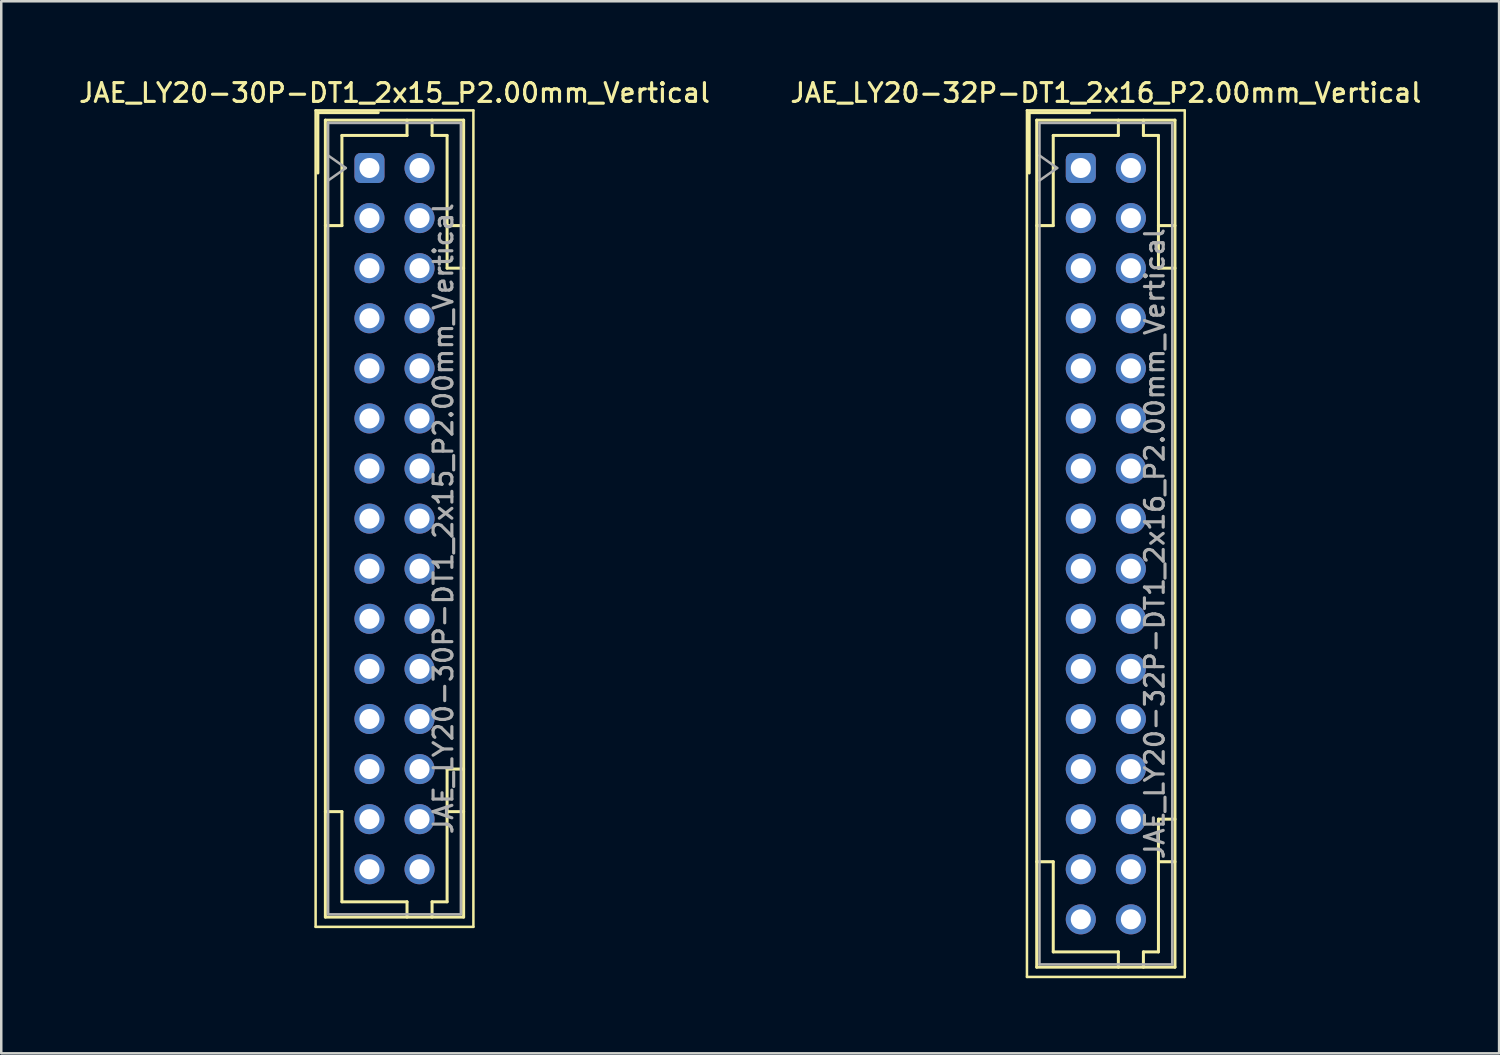
<source format=kicad_pcb>
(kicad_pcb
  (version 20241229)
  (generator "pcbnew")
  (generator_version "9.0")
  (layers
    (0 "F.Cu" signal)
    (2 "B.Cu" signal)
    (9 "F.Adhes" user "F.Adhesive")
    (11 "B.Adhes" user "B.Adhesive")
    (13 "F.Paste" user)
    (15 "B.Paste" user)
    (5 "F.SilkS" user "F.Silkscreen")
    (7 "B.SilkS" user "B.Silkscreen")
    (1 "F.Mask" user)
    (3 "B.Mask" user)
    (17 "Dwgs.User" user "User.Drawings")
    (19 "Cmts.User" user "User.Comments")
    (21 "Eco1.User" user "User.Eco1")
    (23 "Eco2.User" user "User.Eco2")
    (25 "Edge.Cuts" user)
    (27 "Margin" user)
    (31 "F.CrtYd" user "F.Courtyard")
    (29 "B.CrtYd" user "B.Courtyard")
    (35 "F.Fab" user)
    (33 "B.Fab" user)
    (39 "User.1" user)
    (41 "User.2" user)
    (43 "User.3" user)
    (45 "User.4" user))
  (footprint "JAE_LY20-30P-DT1_2x15_P2.00mm_Vertical"
    (layer "F.Cu")
    (at 11.702 3.658)
    (property "Reference" "JAE_LY20-30P-DT1_2x15_P2.00mm_Vertical" (at 1 -3 0) (layer "F.SilkS") (effects (font (size 0.75 0.75) (thickness 0.125))))
    (attr through_hole)
    (fp_line (start -2.15 -2.3) (end -2.15 30.3) (stroke (width 0.1) (type solid)) (layer "F.SilkS"))
    (fp_line (start -2.15 30.3) (end 4.15 30.3) (stroke (width 0.1) (type solid)) (layer "F.SilkS"))
    (fp_line (start -2.06 -2.21) (end -2.06 0.2) (stroke (width 0.12) (type solid)) (layer "F.SilkS"))
    (fp_line (start -1.76 -1.91) (end -1.76 29.91) (stroke (width 0.12) (type solid)) (layer "F.SilkS"))
    (fp_line (start -1.76 29.91) (end 3.76 29.91) (stroke (width 0.12) (type solid)) (layer "F.SilkS"))
    (fp_line (start -1.1 -1.3) (end -1.1 2.3) (stroke (width 0.12) (type solid)) (layer "F.SilkS"))
    (fp_line (start -1.1 2.3) (end -1.76 2.3) (stroke (width 0.12) (type solid)) (layer "F.SilkS"))
    (fp_line (start -1.1 25.7) (end -1.76 25.7) (stroke (width 0.12) (type solid)) (layer "F.SilkS"))
    (fp_line (start -1.1 29.3) (end -1.1 25.7) (stroke (width 0.12) (type solid)) (layer "F.SilkS"))
    (fp_line (start 0.35 -2.21) (end -2.06 -2.21) (stroke (width 0.12) (type solid)) (layer "F.SilkS"))
    (fp_line (start 1.5 -1.91) (end 1.5 -1.3) (stroke (width 0.12) (type solid)) (layer "F.SilkS"))
    (fp_line (start 1.5 -1.3) (end -1.1 -1.3) (stroke (width 0.12) (type solid)) (layer "F.SilkS"))
    (fp_line (start 1.5 29.3) (end -1.1 29.3) (stroke (width 0.12) (type solid)) (layer "F.SilkS"))
    (fp_line (start 1.5 29.91) (end 1.5 29.3) (stroke (width 0.12) (type solid)) (layer "F.SilkS"))
    (fp_line (start 2.5 -1.91) (end 2.5 -1.3) (stroke (width 0.12) (type solid)) (layer "F.SilkS"))
    (fp_line (start 2.5 -1.3) (end 3.1 -1.3) (stroke (width 0.12) (type solid)) (layer "F.SilkS"))
    (fp_line (start 2.5 29.3) (end 3.1 29.3) (stroke (width 0.12) (type solid)) (layer "F.SilkS"))
    (fp_line (start 2.5 29.91) (end 2.5 29.3) (stroke (width 0.12) (type solid)) (layer "F.SilkS"))
    (fp_line (start 3.1 -1.3) (end 3.1 4) (stroke (width 0.12) (type solid)) (layer "F.SilkS"))
    (fp_line (start 3.1 4) (end 3.76 4) (stroke (width 0.12) (type solid)) (layer "F.SilkS"))
    (fp_line (start 3.1 24) (end 3.76 24) (stroke (width 0.12) (type solid)) (layer "F.SilkS"))
    (fp_line (start 3.1 29.3) (end 3.1 24) (stroke (width 0.12) (type solid)) (layer "F.SilkS"))
    (fp_line (start 3.76 -1.91) (end -1.76 -1.91) (stroke (width 0.12) (type solid)) (layer "F.SilkS"))
    (fp_line (start 3.76 2.3) (end 3.1 2.3) (stroke (width 0.12) (type solid)) (layer "F.SilkS"))
    (fp_line (start 3.76 25.7) (end 3.1 25.7) (stroke (width 0.12) (type solid)) (layer "F.SilkS"))
    (fp_line (start 3.76 29.91) (end 3.76 -1.91) (stroke (width 0.12) (type solid)) (layer "F.SilkS"))
    (fp_line (start 4.15 -2.3) (end -2.15 -2.3) (stroke (width 0.1) (type solid)) (layer "F.SilkS"))
    (fp_line (start 4.15 30.3) (end 4.15 -2.3) (stroke (width 0.1) (type solid)) (layer "F.SilkS"))
    (fp_line (start -1.65 -1.8) (end -1.65 29.8) (stroke (width 0.1) (type solid)) (layer "F.Fab"))
    (fp_line (start -1.65 0.5) (end -0.943 0) (stroke (width 0.1) (type solid)) (layer "F.Fab"))
    (fp_line (start -1.65 29.8) (end 3.65 29.8) (stroke (width 0.1) (type solid)) (layer "F.Fab"))
    (fp_line (start -0.943 0) (end -1.65 -0.5) (stroke (width 0.1) (type solid)) (layer "F.Fab"))
    (fp_line (start 3.65 -1.8) (end -1.65 -1.8) (stroke (width 0.1) (type solid)) (layer "F.Fab"))
    (fp_line (start 3.65 29.8) (end 3.65 -1.8) (stroke (width 0.1) (type solid)) (layer "F.Fab"))
    (fp_text user "${REFERENCE}" (at 2.95 14 90) (layer "F.Fab") (effects (font (size 0.75 0.75) (thickness 0.125))))
    (pad "a1" thru_hole roundrect (at 0 0) (size 1.2 1.2) (drill 0.8) (layers "*.Cu" "*.Mask") (roundrect_rratio 0.208))
    (pad "a2" thru_hole circle (at 0 2) (size 1.2 1.2) (drill 0.8) (layers "*.Cu" "*.Mask"))
    (pad "a3" thru_hole circle (at 0 4) (size 1.2 1.2) (drill 0.8) (layers "*.Cu" "*.Mask"))
    (pad "a4" thru_hole circle (at 0 6) (size 1.2 1.2) (drill 0.8) (layers "*.Cu" "*.Mask"))
    (pad "a5" thru_hole circle (at 0 8) (size 1.2 1.2) (drill 0.8) (layers "*.Cu" "*.Mask"))
    (pad "a6" thru_hole circle (at 0 10) (size 1.2 1.2) (drill 0.8) (layers "*.Cu" "*.Mask"))
    (pad "a7" thru_hole circle (at 0 12) (size 1.2 1.2) (drill 0.8) (layers "*.Cu" "*.Mask"))
    (pad "a8" thru_hole circle (at 0 14) (size 1.2 1.2) (drill 0.8) (layers "*.Cu" "*.Mask"))
    (pad "a9" thru_hole circle (at 0 16) (size 1.2 1.2) (drill 0.8) (layers "*.Cu" "*.Mask"))
    (pad "a10" thru_hole circle (at 0 18) (size 1.2 1.2) (drill 0.8) (layers "*.Cu" "*.Mask"))
    (pad "a11" thru_hole circle (at 0 20) (size 1.2 1.2) (drill 0.8) (layers "*.Cu" "*.Mask"))
    (pad "a12" thru_hole circle (at 0 22) (size 1.2 1.2) (drill 0.8) (layers "*.Cu" "*.Mask"))
    (pad "a13" thru_hole circle (at 0 24) (size 1.2 1.2) (drill 0.8) (layers "*.Cu" "*.Mask"))
    (pad "a14" thru_hole circle (at 0 26) (size 1.2 1.2) (drill 0.8) (layers "*.Cu" "*.Mask"))
    (pad "a15" thru_hole circle (at 0 28) (size 1.2 1.2) (drill 0.8) (layers "*.Cu" "*.Mask"))
    (pad "b1" thru_hole circle (at 2 0) (size 1.2 1.2) (drill 0.8) (layers "*.Cu" "*.Mask"))
    (pad "b2" thru_hole circle (at 2 2) (size 1.2 1.2) (drill 0.8) (layers "*.Cu" "*.Mask"))
    (pad "b3" thru_hole circle (at 2 4) (size 1.2 1.2) (drill 0.8) (layers "*.Cu" "*.Mask"))
    (pad "b4" thru_hole circle (at 2 6) (size 1.2 1.2) (drill 0.8) (layers "*.Cu" "*.Mask"))
    (pad "b5" thru_hole circle (at 2 8) (size 1.2 1.2) (drill 0.8) (layers "*.Cu" "*.Mask"))
    (pad "b6" thru_hole circle (at 2 10) (size 1.2 1.2) (drill 0.8) (layers "*.Cu" "*.Mask"))
    (pad "b7" thru_hole circle (at 2 12) (size 1.2 1.2) (drill 0.8) (layers "*.Cu" "*.Mask"))
    (pad "b8" thru_hole circle (at 2 14) (size 1.2 1.2) (drill 0.8) (layers "*.Cu" "*.Mask"))
    (pad "b9" thru_hole circle (at 2 16) (size 1.2 1.2) (drill 0.8) (layers "*.Cu" "*.Mask"))
    (pad "b10" thru_hole circle (at 2 18) (size 1.2 1.2) (drill 0.8) (layers "*.Cu" "*.Mask"))
    (pad "b11" thru_hole circle (at 2 20) (size 1.2 1.2) (drill 0.8) (layers "*.Cu" "*.Mask"))
    (pad "b12" thru_hole circle (at 2 22) (size 1.2 1.2) (drill 0.8) (layers "*.Cu" "*.Mask"))
    (pad "b13" thru_hole circle (at 2 24) (size 1.2 1.2) (drill 0.8) (layers "*.Cu" "*.Mask"))
    (pad "b14" thru_hole circle (at 2 26) (size 1.2 1.2) (drill 0.8) (layers "*.Cu" "*.Mask"))
    (pad "b15" thru_hole circle (at 2 28) (size 1.2 1.2) (drill 0.8) (layers "*.Cu" "*.Mask")))
  (footprint "JAE_LY20-32P-DT1_2x16_P2.00mm_Vertical"
    (layer "F.Cu")
    (at 40.105 3.658)
    (property "Reference" "JAE_LY20-32P-DT1_2x16_P2.00mm_Vertical" (at 1 -3 0) (layer "F.SilkS") (effects (font (size 0.75 0.75) (thickness 0.125))))
    (attr through_hole)
    (fp_line (start -2.15 -2.3) (end -2.15 32.3) (stroke (width 0.1) (type solid)) (layer "F.SilkS"))
    (fp_line (start -2.15 32.3) (end 4.15 32.3) (stroke (width 0.1) (type solid)) (layer "F.SilkS"))
    (fp_line (start -2.06 -2.21) (end -2.06 0.2) (stroke (width 0.12) (type solid)) (layer "F.SilkS"))
    (fp_line (start -1.76 -1.91) (end -1.76 31.91) (stroke (width 0.12) (type solid)) (layer "F.SilkS"))
    (fp_line (start -1.76 31.91) (end 3.76 31.91) (stroke (width 0.12) (type solid)) (layer "F.SilkS"))
    (fp_line (start -1.1 -1.3) (end -1.1 2.3) (stroke (width 0.12) (type solid)) (layer "F.SilkS"))
    (fp_line (start -1.1 2.3) (end -1.76 2.3) (stroke (width 0.12) (type solid)) (layer "F.SilkS"))
    (fp_line (start -1.1 27.7) (end -1.76 27.7) (stroke (width 0.12) (type solid)) (layer "F.SilkS"))
    (fp_line (start -1.1 31.3) (end -1.1 27.7) (stroke (width 0.12) (type solid)) (layer "F.SilkS"))
    (fp_line (start 0.35 -2.21) (end -2.06 -2.21) (stroke (width 0.12) (type solid)) (layer "F.SilkS"))
    (fp_line (start 1.5 -1.91) (end 1.5 -1.3) (stroke (width 0.12) (type solid)) (layer "F.SilkS"))
    (fp_line (start 1.5 -1.3) (end -1.1 -1.3) (stroke (width 0.12) (type solid)) (layer "F.SilkS"))
    (fp_line (start 1.5 31.3) (end -1.1 31.3) (stroke (width 0.12) (type solid)) (layer "F.SilkS"))
    (fp_line (start 1.5 31.91) (end 1.5 31.3) (stroke (width 0.12) (type solid)) (layer "F.SilkS"))
    (fp_line (start 2.5 -1.91) (end 2.5 -1.3) (stroke (width 0.12) (type solid)) (layer "F.SilkS"))
    (fp_line (start 2.5 -1.3) (end 3.1 -1.3) (stroke (width 0.12) (type solid)) (layer "F.SilkS"))
    (fp_line (start 2.5 31.3) (end 3.1 31.3) (stroke (width 0.12) (type solid)) (layer "F.SilkS"))
    (fp_line (start 2.5 31.91) (end 2.5 31.3) (stroke (width 0.12) (type solid)) (layer "F.SilkS"))
    (fp_line (start 3.1 -1.3) (end 3.1 4) (stroke (width 0.12) (type solid)) (layer "F.SilkS"))
    (fp_line (start 3.1 4) (end 3.76 4) (stroke (width 0.12) (type solid)) (layer "F.SilkS"))
    (fp_line (start 3.1 26) (end 3.76 26) (stroke (width 0.12) (type solid)) (layer "F.SilkS"))
    (fp_line (start 3.1 31.3) (end 3.1 26) (stroke (width 0.12) (type solid)) (layer "F.SilkS"))
    (fp_line (start 3.76 -1.91) (end -1.76 -1.91) (stroke (width 0.12) (type solid)) (layer "F.SilkS"))
    (fp_line (start 3.76 2.3) (end 3.1 2.3) (stroke (width 0.12) (type solid)) (layer "F.SilkS"))
    (fp_line (start 3.76 27.7) (end 3.1 27.7) (stroke (width 0.12) (type solid)) (layer "F.SilkS"))
    (fp_line (start 3.76 31.91) (end 3.76 -1.91) (stroke (width 0.12) (type solid)) (layer "F.SilkS"))
    (fp_line (start 4.15 -2.3) (end -2.15 -2.3) (stroke (width 0.1) (type solid)) (layer "F.SilkS"))
    (fp_line (start 4.15 32.3) (end 4.15 -2.3) (stroke (width 0.1) (type solid)) (layer "F.SilkS"))
    (fp_line (start -1.65 -1.8) (end -1.65 31.8) (stroke (width 0.1) (type solid)) (layer "F.Fab"))
    (fp_line (start -1.65 0.5) (end -0.943 0) (stroke (width 0.1) (type solid)) (layer "F.Fab"))
    (fp_line (start -1.65 31.8) (end 3.65 31.8) (stroke (width 0.1) (type solid)) (layer "F.Fab"))
    (fp_line (start -0.943 0) (end -1.65 -0.5) (stroke (width 0.1) (type solid)) (layer "F.Fab"))
    (fp_line (start 3.65 -1.8) (end -1.65 -1.8) (stroke (width 0.1) (type solid)) (layer "F.Fab"))
    (fp_line (start 3.65 31.8) (end 3.65 -1.8) (stroke (width 0.1) (type solid)) (layer "F.Fab"))
    (fp_text user "${REFERENCE}" (at 2.95 15 90) (layer "F.Fab") (effects (font (size 0.75 0.75) (thickness 0.125))))
    (pad "a1" thru_hole roundrect (at 0 0) (size 1.2 1.2) (drill 0.8) (layers "*.Cu" "*.Mask") (roundrect_rratio 0.208))
    (pad "a2" thru_hole circle (at 0 2) (size 1.2 1.2) (drill 0.8) (layers "*.Cu" "*.Mask"))
    (pad "a3" thru_hole circle (at 0 4) (size 1.2 1.2) (drill 0.8) (layers "*.Cu" "*.Mask"))
    (pad "a4" thru_hole circle (at 0 6) (size 1.2 1.2) (drill 0.8) (layers "*.Cu" "*.Mask"))
    (pad "a5" thru_hole circle (at 0 8) (size 1.2 1.2) (drill 0.8) (layers "*.Cu" "*.Mask"))
    (pad "a6" thru_hole circle (at 0 10) (size 1.2 1.2) (drill 0.8) (layers "*.Cu" "*.Mask"))
    (pad "a7" thru_hole circle (at 0 12) (size 1.2 1.2) (drill 0.8) (layers "*.Cu" "*.Mask"))
    (pad "a8" thru_hole circle (at 0 14) (size 1.2 1.2) (drill 0.8) (layers "*.Cu" "*.Mask"))
    (pad "a9" thru_hole circle (at 0 16) (size 1.2 1.2) (drill 0.8) (layers "*.Cu" "*.Mask"))
    (pad "a10" thru_hole circle (at 0 18) (size 1.2 1.2) (drill 0.8) (layers "*.Cu" "*.Mask"))
    (pad "a11" thru_hole circle (at 0 20) (size 1.2 1.2) (drill 0.8) (layers "*.Cu" "*.Mask"))
    (pad "a12" thru_hole circle (at 0 22) (size 1.2 1.2) (drill 0.8) (layers "*.Cu" "*.Mask"))
    (pad "a13" thru_hole circle (at 0 24) (size 1.2 1.2) (drill 0.8) (layers "*.Cu" "*.Mask"))
    (pad "a14" thru_hole circle (at 0 26) (size 1.2 1.2) (drill 0.8) (layers "*.Cu" "*.Mask"))
    (pad "a15" thru_hole circle (at 0 28) (size 1.2 1.2) (drill 0.8) (layers "*.Cu" "*.Mask"))
    (pad "a16" thru_hole circle (at 0 30) (size 1.2 1.2) (drill 0.8) (layers "*.Cu" "*.Mask"))
    (pad "b1" thru_hole circle (at 2 0) (size 1.2 1.2) (drill 0.8) (layers "*.Cu" "*.Mask"))
    (pad "b2" thru_hole circle (at 2 2) (size 1.2 1.2) (drill 0.8) (layers "*.Cu" "*.Mask"))
    (pad "b3" thru_hole circle (at 2 4) (size 1.2 1.2) (drill 0.8) (layers "*.Cu" "*.Mask"))
    (pad "b4" thru_hole circle (at 2 6) (size 1.2 1.2) (drill 0.8) (layers "*.Cu" "*.Mask"))
    (pad "b5" thru_hole circle (at 2 8) (size 1.2 1.2) (drill 0.8) (layers "*.Cu" "*.Mask"))
    (pad "b6" thru_hole circle (at 2 10) (size 1.2 1.2) (drill 0.8) (layers "*.Cu" "*.Mask"))
    (pad "b7" thru_hole circle (at 2 12) (size 1.2 1.2) (drill 0.8) (layers "*.Cu" "*.Mask"))
    (pad "b8" thru_hole circle (at 2 14) (size 1.2 1.2) (drill 0.8) (layers "*.Cu" "*.Mask"))
    (pad "b9" thru_hole circle (at 2 16) (size 1.2 1.2) (drill 0.8) (layers "*.Cu" "*.Mask"))
    (pad "b10" thru_hole circle (at 2 18) (size 1.2 1.2) (drill 0.8) (layers "*.Cu" "*.Mask"))
    (pad "b11" thru_hole circle (at 2 20) (size 1.2 1.2) (drill 0.8) (layers "*.Cu" "*.Mask"))
    (pad "b12" thru_hole circle (at 2 22) (size 1.2 1.2) (drill 0.8) (layers "*.Cu" "*.Mask"))
    (pad "b13" thru_hole circle (at 2 24) (size 1.2 1.2) (drill 0.8) (layers "*.Cu" "*.Mask"))
    (pad "b14" thru_hole circle (at 2 26) (size 1.2 1.2) (drill 0.8) (layers "*.Cu" "*.Mask"))
    (pad "b15" thru_hole circle (at 2 28) (size 1.2 1.2) (drill 0.8) (layers "*.Cu" "*.Mask"))
    (pad "b16" thru_hole circle (at 2 30) (size 1.2 1.2) (drill 0.8) (layers "*.Cu" "*.Mask")))
  (gr_rect
    (start -3 -3)
    (end 56.807 39.008)
    (stroke (width 0.1) (type default))
    (fill no)
    (layer "Edge.Cuts")))
</source>
